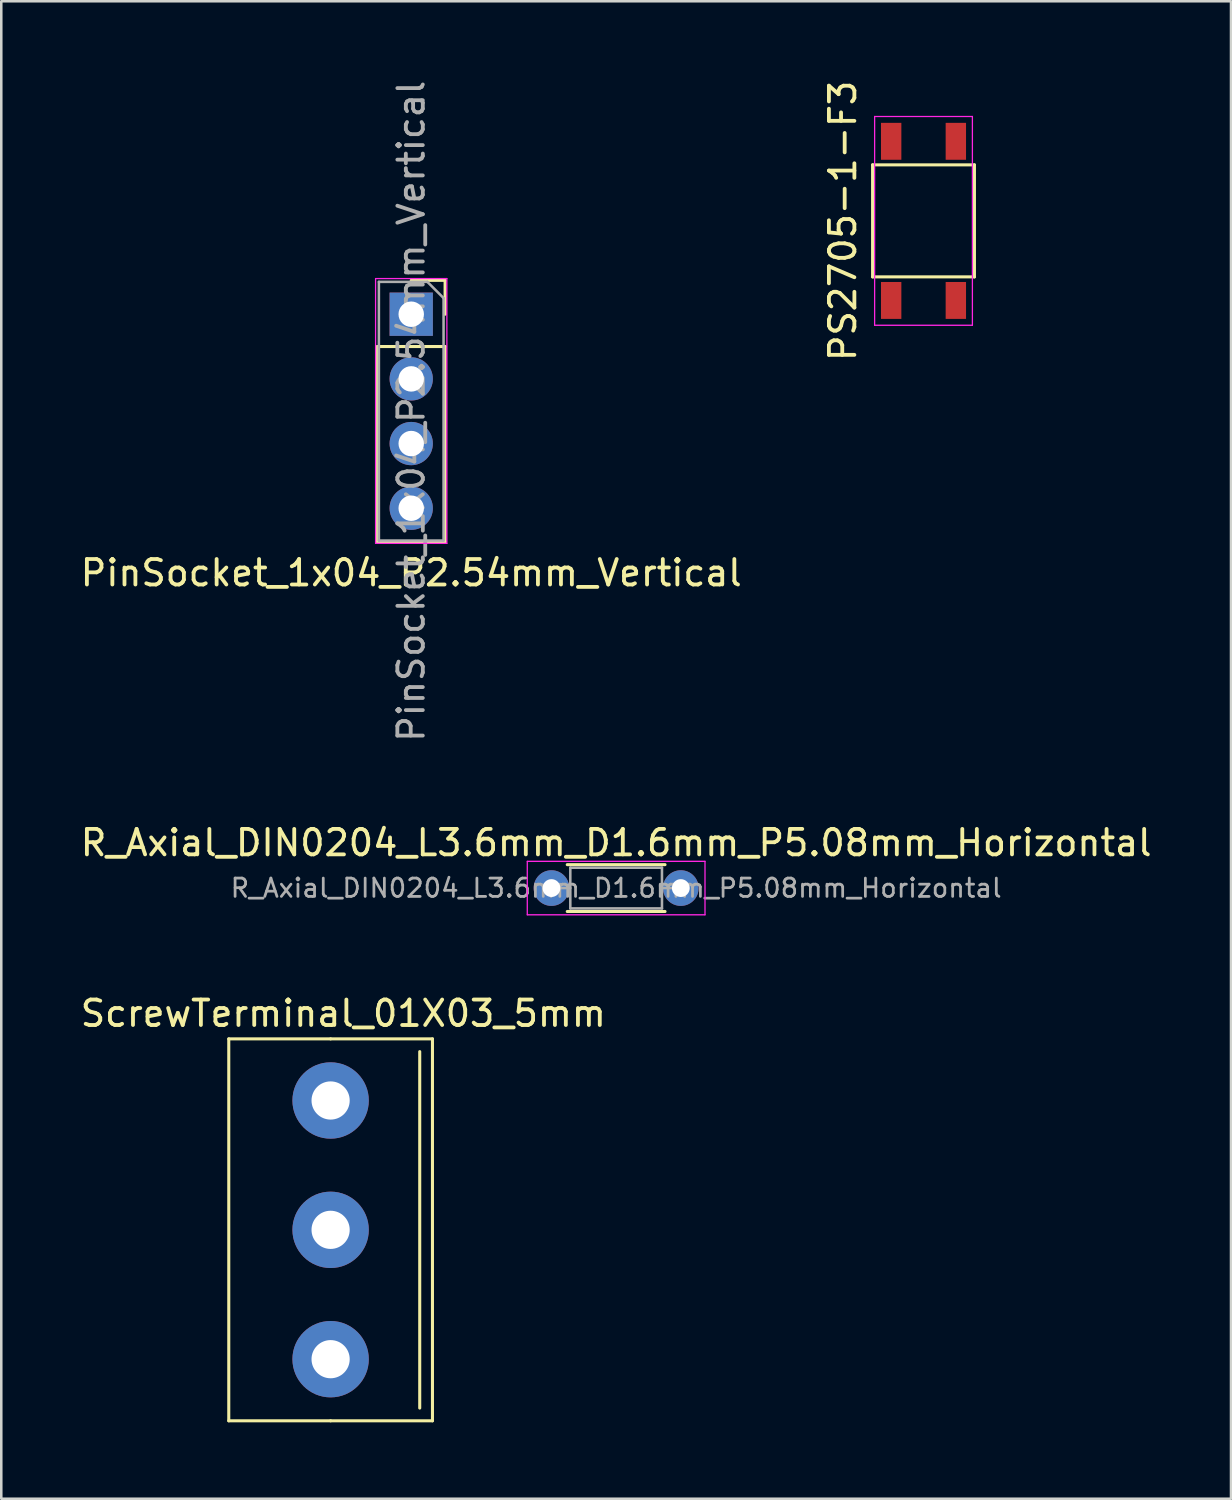
<source format=kicad_pcb>
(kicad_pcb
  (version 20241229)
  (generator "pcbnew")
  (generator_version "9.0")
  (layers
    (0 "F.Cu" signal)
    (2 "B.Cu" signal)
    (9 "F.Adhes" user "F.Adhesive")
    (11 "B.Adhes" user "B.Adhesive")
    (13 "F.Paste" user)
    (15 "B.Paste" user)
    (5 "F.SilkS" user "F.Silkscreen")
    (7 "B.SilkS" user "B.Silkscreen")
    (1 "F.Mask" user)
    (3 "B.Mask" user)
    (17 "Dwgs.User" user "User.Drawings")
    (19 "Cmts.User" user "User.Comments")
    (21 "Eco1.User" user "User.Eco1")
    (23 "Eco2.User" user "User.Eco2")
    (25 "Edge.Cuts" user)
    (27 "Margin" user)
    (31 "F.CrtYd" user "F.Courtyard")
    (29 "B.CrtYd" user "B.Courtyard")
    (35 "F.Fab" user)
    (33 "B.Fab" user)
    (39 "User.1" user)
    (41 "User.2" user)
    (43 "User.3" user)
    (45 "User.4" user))
  (footprint "PinSocket_1x04_P2.54mm_Vertical"
    (layer "F.Cu")
    (at 13.101 9.291)
    (property "Reference" "PinSocket_1x04_P2.54mm_Vertical" (at 0 10.16 180) (layer "F.SilkS") (effects (font (size 1 1) (thickness 0.15))))
    (attr through_hole)
    (fp_line (start -1.33 1.27) (end -1.33 8.95) (stroke (width 0.12) (type solid)) (layer "F.SilkS"))
    (fp_line (start -1.33 1.27) (end 1.33 1.27) (stroke (width 0.12) (type solid)) (layer "F.SilkS"))
    (fp_line (start -1.33 8.95) (end 1.33 8.95) (stroke (width 0.12) (type solid)) (layer "F.SilkS"))
    (fp_line (start 0 -1.33) (end 1.33 -1.33) (stroke (width 0.12) (type solid)) (layer "F.SilkS"))
    (fp_line (start 1.33 -1.33) (end 1.33 0) (stroke (width 0.12) (type solid)) (layer "F.SilkS"))
    (fp_line (start 1.33 1.27) (end 1.33 8.95) (stroke (width 0.12) (type solid)) (layer "F.SilkS"))
    (fp_line (start -1.4 -1.4) (end -1.4 9) (stroke (width 0.05) (type solid)) (layer "F.CrtYd"))
    (fp_line (start -1.4 9) (end 1.4 9) (stroke (width 0.05) (type solid)) (layer "F.CrtYd"))
    (fp_line (start 1.4 -1.4) (end -1.4 -1.4) (stroke (width 0.05) (type solid)) (layer "F.CrtYd"))
    (fp_line (start 1.4 9) (end 1.4 -1.4) (stroke (width 0.05) (type solid)) (layer "F.CrtYd"))
    (fp_line (start -1.27 -1.27) (end 0.635 -1.27) (stroke (width 0.1) (type solid)) (layer "F.Fab"))
    (fp_line (start -1.27 8.89) (end -1.27 -1.27) (stroke (width 0.1) (type solid)) (layer "F.Fab"))
    (fp_line (start 0.635 -1.27) (end 1.27 -0.635) (stroke (width 0.1) (type solid)) (layer "F.Fab"))
    (fp_line (start 1.27 -0.635) (end 1.27 8.89) (stroke (width 0.1) (type solid)) (layer "F.Fab"))
    (fp_line (start 1.27 8.89) (end -1.27 8.89) (stroke (width 0.1) (type solid)) (layer "F.Fab"))
    (fp_text user "${REFERENCE}" (at 0 3.81 270) (layer "F.Fab") (effects (font (size 1 1) (thickness 0.15))))
    (pad "1" thru_hole rect (at 0 0) (size 1.7 1.7) (drill 1) (layers "*.Cu" "*.Mask"))
    (pad "2" thru_hole oval (at 0 2.54) (size 1.7 1.7) (drill 1) (layers "*.Cu" "*.Mask"))
    (pad "3" thru_hole oval (at 0 5.08) (size 1.7 1.7) (drill 1) (layers "*.Cu" "*.Mask"))
    (pad "4" thru_hole oval (at 0 7.62) (size 1.7 1.7) (drill 1) (layers "*.Cu" "*.Mask")))
  (footprint "PS2705-1-F3"
    (layer "F.Cu")
    (at 33.221 5.625)
    (property "Reference" "PS2705-1-F3" (at -3.17 0 90) (layer "F.SilkS") (effects (font (size 1 1) (thickness 0.15))))
    (attr smd)
    (fp_line (start -2 -2.2) (end 2 -2.2) (stroke (width 0.12) (type solid)) (layer "F.SilkS"))
    (fp_line (start -2 2.2) (end -2 -2.2) (stroke (width 0.12) (type solid)) (layer "F.SilkS"))
    (fp_line (start 2 -2.2) (end 2 2.2) (stroke (width 0.12) (type solid)) (layer "F.SilkS"))
    (fp_line (start 2 2.2) (end -2 2.2) (stroke (width 0.12) (type solid)) (layer "F.SilkS"))
    (fp_line (start -1.92 -4.1) (end 1.92 -4.1) (stroke (width 0.05) (type solid)) (layer "F.CrtYd"))
    (fp_line (start -1.92 4.1) (end -1.92 -4.1) (stroke (width 0.05) (type solid)) (layer "F.CrtYd"))
    (fp_line (start 1.92 -4.1) (end 1.92 4.1) (stroke (width 0.05) (type solid)) (layer "F.CrtYd"))
    (fp_line (start 1.92 4.1) (end -1.92 4.1) (stroke (width 0.05) (type solid)) (layer "F.CrtYd"))
    (pad "1" smd rect (at -1.27 3.125) (size 0.8 1.45) (layers "F.Cu" "F.Mask" "F.Paste"))
    (pad "2" smd rect (at 1.27 3.125) (size 0.8 1.45) (layers "F.Cu" "F.Mask" "F.Paste"))
    (pad "3" smd rect (at 1.27 -3.125) (size 0.8 1.45) (layers "F.Cu" "F.Mask" "F.Paste"))
    (pad "4" smd rect (at -1.27 -3.125) (size 0.8 1.45) (layers "F.Cu" "F.Mask" "F.Paste")))
  (footprint "ScrewTerminal_01X03_5mm"
    (layer "F.Cu")
    (at 9.935 45.252)
    (property "Reference" "ScrewTerminal_01X03_5mm" (at 0.5 -8.5 0) (layer "F.SilkS") (effects (font (size 1 1) (thickness 0.15))))
    (attr through_hole)
    (fp_line (start -4 -7.5) (end 0 -7.5) (stroke (width 0.12) (type solid)) (layer "F.SilkS"))
    (fp_line (start -4 7.5) (end -4 -7.5) (stroke (width 0.12) (type solid)) (layer "F.SilkS"))
    (fp_line (start 0 -7.5) (end 4 -7.5) (stroke (width 0.12) (type solid)) (layer "F.SilkS"))
    (fp_line (start 0 7.5) (end -4 7.5) (stroke (width 0.12) (type solid)) (layer "F.SilkS"))
    (fp_line (start 3.5 -7) (end 3.5 7) (stroke (width 0.12) (type solid)) (layer "F.SilkS"))
    (fp_line (start 4 -7.5) (end 4 7.5) (stroke (width 0.12) (type solid)) (layer "F.SilkS"))
    (fp_line (start 4 7.5) (end 0 7.5) (stroke (width 0.12) (type solid)) (layer "F.SilkS"))
    (pad "1" thru_hole circle (at 0 -5.08) (size 3 3) (drill 1.5) (layers "*.Cu" "*.Mask"))
    (pad "2" thru_hole circle (at 0 0) (size 3 3) (drill 1.5) (layers "*.Cu" "*.Mask"))
    (pad "3" thru_hole circle (at 0 5.08) (size 3 3) (drill 1.5) (layers "*.Cu" "*.Mask")))
  (footprint "R_Axial_DIN0204_L3.6mm_D1.6mm_P5.08mm_Horizontal"
    (layer "F.Cu")
    (at 18.609 31.829)
    (property "Reference" "R_Axial_DIN0204_L3.6mm_D1.6mm_P5.08mm_Horizontal" (at 2.54 -1.778 180) (layer "F.SilkS") (effects (font (size 1 1) (thickness 0.15))))
    (attr through_hole)
    (fp_line (start 0.62 -0.92) (end 4.46 -0.92) (stroke (width 0.12) (type solid)) (layer "F.SilkS"))
    (fp_line (start 0.62 0.92) (end 4.46 0.92) (stroke (width 0.12) (type solid)) (layer "F.SilkS"))
    (fp_line (start -0.95 -1.05) (end -0.95 1.05) (stroke (width 0.05) (type solid)) (layer "F.CrtYd"))
    (fp_line (start -0.95 1.05) (end 6.03 1.05) (stroke (width 0.05) (type solid)) (layer "F.CrtYd"))
    (fp_line (start 6.03 -1.05) (end -0.95 -1.05) (stroke (width 0.05) (type solid)) (layer "F.CrtYd"))
    (fp_line (start 6.03 1.05) (end 6.03 -1.05) (stroke (width 0.05) (type solid)) (layer "F.CrtYd"))
    (fp_line (start 0 0) (end 0.74 0) (stroke (width 0.1) (type solid)) (layer "F.Fab"))
    (fp_line (start 0.74 -0.8) (end 0.74 0.8) (stroke (width 0.1) (type solid)) (layer "F.Fab"))
    (fp_line (start 0.74 0.8) (end 4.34 0.8) (stroke (width 0.1) (type solid)) (layer "F.Fab"))
    (fp_line (start 4.34 -0.8) (end 0.74 -0.8) (stroke (width 0.1) (type solid)) (layer "F.Fab"))
    (fp_line (start 4.34 0.8) (end 4.34 -0.8) (stroke (width 0.1) (type solid)) (layer "F.Fab"))
    (fp_line (start 5.08 0) (end 4.34 0) (stroke (width 0.1) (type solid)) (layer "F.Fab"))
    (fp_text user "${REFERENCE}" (at 2.54 0 180) (layer "F.Fab") (effects (font (size 0.72 0.72) (thickness 0.108))))
    (pad "1" thru_hole circle (at 0 0) (size 1.4 1.4) (drill 0.7) (layers "*.Cu" "*.Mask"))
    (pad "2" thru_hole oval (at 5.08 0) (size 1.4 1.4) (drill 0.7) (layers "*.Cu" "*.Mask")))
  (gr_rect
    (start -3 -3)
    (end 45.298 55.812)
    (stroke (width 0.1) (type default))
    (fill no)
    (layer "Edge.Cuts")))
</source>
